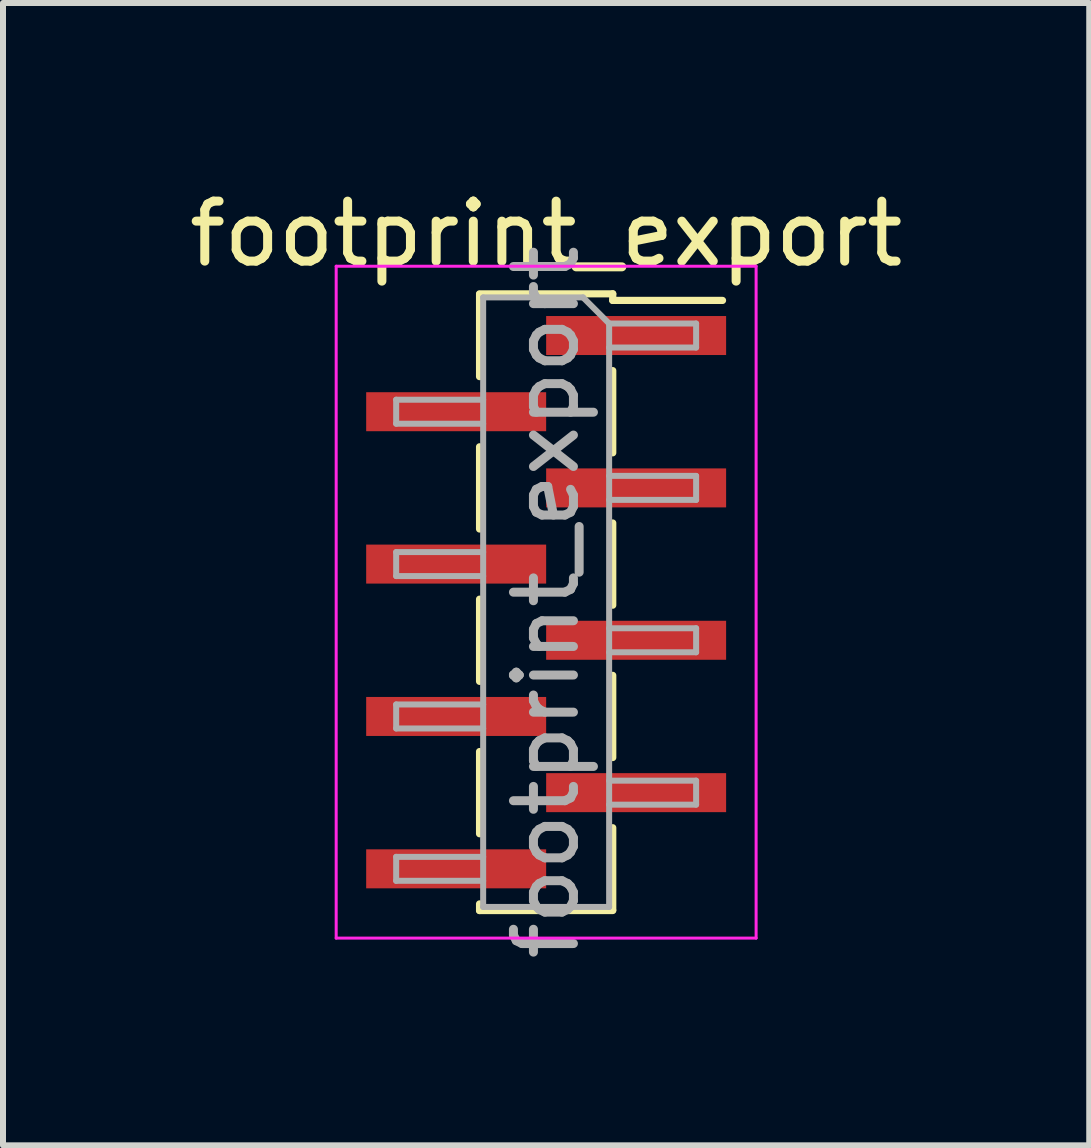
<source format=kicad_pcb>
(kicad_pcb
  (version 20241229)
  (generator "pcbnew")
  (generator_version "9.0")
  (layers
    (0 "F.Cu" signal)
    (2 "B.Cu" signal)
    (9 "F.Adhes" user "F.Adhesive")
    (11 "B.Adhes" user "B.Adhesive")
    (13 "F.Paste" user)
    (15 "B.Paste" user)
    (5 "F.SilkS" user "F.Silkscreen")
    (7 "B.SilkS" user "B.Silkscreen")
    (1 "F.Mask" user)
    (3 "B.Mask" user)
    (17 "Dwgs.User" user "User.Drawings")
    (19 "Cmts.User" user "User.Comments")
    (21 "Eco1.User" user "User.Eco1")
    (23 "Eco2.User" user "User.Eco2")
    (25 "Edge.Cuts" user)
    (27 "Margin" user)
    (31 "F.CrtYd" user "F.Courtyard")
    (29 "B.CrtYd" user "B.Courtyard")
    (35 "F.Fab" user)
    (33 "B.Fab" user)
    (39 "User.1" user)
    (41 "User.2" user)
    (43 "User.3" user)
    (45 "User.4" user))
  (footprint "footprint_export"
    (layer "F.Cu")
    (at 6.054 6.988)
    (property "Reference" "footprint_export" (at 0 -6.14 0) (layer "F.SilkS") (effects (font (size 1 1) (thickness 0.15))))
    (attr smd)
    (fp_line (start -1.11 -5.14) (end 1.11 -5.14) (stroke (width 0.12) (type solid)) (layer "F.SilkS"))
    (fp_line (start -1.11 -5.13) (end -1.11 -3.76) (stroke (width 0.12) (type solid)) (layer "F.SilkS"))
    (fp_line (start -1.11 -2.59) (end -1.11 -1.22) (stroke (width 0.12) (type solid)) (layer "F.SilkS"))
    (fp_line (start -1.11 -0.05) (end -1.11 1.32) (stroke (width 0.12) (type solid)) (layer "F.SilkS"))
    (fp_line (start -1.11 2.49) (end -1.11 3.86) (stroke (width 0.12) (type solid)) (layer "F.SilkS"))
    (fp_line (start -1.11 5.03) (end -1.11 5.14) (stroke (width 0.12) (type solid)) (layer "F.SilkS"))
    (fp_line (start -1.11 5.14) (end 1.11 5.14) (stroke (width 0.12) (type solid)) (layer "F.SilkS"))
    (fp_line (start 1.11 -5.14) (end 1.11 -5.03) (stroke (width 0.12) (type solid)) (layer "F.SilkS"))
    (fp_line (start 1.11 -5.03) (end 2.94 -5.03) (stroke (width 0.12) (type solid)) (layer "F.SilkS"))
    (fp_line (start 1.11 -3.86) (end 1.11 -2.49) (stroke (width 0.12) (type solid)) (layer "F.SilkS"))
    (fp_line (start 1.11 -1.32) (end 1.11 0.05) (stroke (width 0.12) (type solid)) (layer "F.SilkS"))
    (fp_line (start 1.11 1.22) (end 1.11 2.59) (stroke (width 0.12) (type solid)) (layer "F.SilkS"))
    (fp_line (start 1.11 3.76) (end 1.11 5.13) (stroke (width 0.12) (type solid)) (layer "F.SilkS"))
    (fp_line (start -3.5 -5.6) (end -3.5 5.6) (stroke (width 0.05) (type solid)) (layer "F.CrtYd"))
    (fp_line (start -3.5 5.6) (end 3.5 5.6) (stroke (width 0.05) (type solid)) (layer "F.CrtYd"))
    (fp_line (start 3.5 -5.6) (end -3.5 -5.6) (stroke (width 0.05) (type solid)) (layer "F.CrtYd"))
    (fp_line (start 3.5 5.6) (end 3.5 -5.6) (stroke (width 0.05) (type solid)) (layer "F.CrtYd"))
    (fp_line (start -2.5 -3.375) (end -2.5 -2.975) (stroke (width 0.1) (type solid)) (layer "F.Fab"))
    (fp_line (start -2.5 -2.975) (end -1.05 -2.975) (stroke (width 0.1) (type solid)) (layer "F.Fab"))
    (fp_line (start -2.5 -0.835) (end -2.5 -0.435) (stroke (width 0.1) (type solid)) (layer "F.Fab"))
    (fp_line (start -2.5 -0.435) (end -1.05 -0.435) (stroke (width 0.1) (type solid)) (layer "F.Fab"))
    (fp_line (start -2.5 1.705) (end -2.5 2.105) (stroke (width 0.1) (type solid)) (layer "F.Fab"))
    (fp_line (start -2.5 2.105) (end -1.05 2.105) (stroke (width 0.1) (type solid)) (layer "F.Fab"))
    (fp_line (start -2.5 4.245) (end -2.5 4.645) (stroke (width 0.1) (type solid)) (layer "F.Fab"))
    (fp_line (start -2.5 4.645) (end -1.05 4.645) (stroke (width 0.1) (type solid)) (layer "F.Fab"))
    (fp_line (start -1.05 -5.08) (end -1.05 5.08) (stroke (width 0.1) (type solid)) (layer "F.Fab"))
    (fp_line (start -1.05 -5.08) (end 0.615 -5.08) (stroke (width 0.1) (type solid)) (layer "F.Fab"))
    (fp_line (start -1.05 -3.375) (end -2.5 -3.375) (stroke (width 0.1) (type solid)) (layer "F.Fab"))
    (fp_line (start -1.05 -0.835) (end -2.5 -0.835) (stroke (width 0.1) (type solid)) (layer "F.Fab"))
    (fp_line (start -1.05 1.705) (end -2.5 1.705) (stroke (width 0.1) (type solid)) (layer "F.Fab"))
    (fp_line (start -1.05 4.245) (end -2.5 4.245) (stroke (width 0.1) (type solid)) (layer "F.Fab"))
    (fp_line (start 1.05 -4.645) (end 0.615 -5.08) (stroke (width 0.1) (type solid)) (layer "F.Fab"))
    (fp_line (start 1.05 -4.645) (end 2.5 -4.645) (stroke (width 0.1) (type solid)) (layer "F.Fab"))
    (fp_line (start 1.05 -2.105) (end 2.5 -2.105) (stroke (width 0.1) (type solid)) (layer "F.Fab"))
    (fp_line (start 1.05 0.435) (end 2.5 0.435) (stroke (width 0.1) (type solid)) (layer "F.Fab"))
    (fp_line (start 1.05 2.975) (end 2.5 2.975) (stroke (width 0.1) (type solid)) (layer "F.Fab"))
    (fp_line (start 1.05 5.08) (end -1.05 5.08) (stroke (width 0.1) (type solid)) (layer "F.Fab"))
    (fp_line (start 1.05 5.08) (end 1.05 -4.645) (stroke (width 0.1) (type solid)) (layer "F.Fab"))
    (fp_line (start 2.5 -4.645) (end 2.5 -4.245) (stroke (width 0.1) (type solid)) (layer "F.Fab"))
    (fp_line (start 2.5 -4.245) (end 1.05 -4.245) (stroke (width 0.1) (type solid)) (layer "F.Fab"))
    (fp_line (start 2.5 -2.105) (end 2.5 -1.705) (stroke (width 0.1) (type solid)) (layer "F.Fab"))
    (fp_line (start 2.5 -1.705) (end 1.05 -1.705) (stroke (width 0.1) (type solid)) (layer "F.Fab"))
    (fp_line (start 2.5 0.435) (end 2.5 0.835) (stroke (width 0.1) (type solid)) (layer "F.Fab"))
    (fp_line (start 2.5 0.835) (end 1.05 0.835) (stroke (width 0.1) (type solid)) (layer "F.Fab"))
    (fp_line (start 2.5 2.975) (end 2.5 3.375) (stroke (width 0.1) (type solid)) (layer "F.Fab"))
    (fp_line (start 2.5 3.375) (end 1.05 3.375) (stroke (width 0.1) (type solid)) (layer "F.Fab"))
    (fp_text user "${REFERENCE}" (at 0 0 90) (layer "F.Fab") (effects (font (size 1 1) (thickness 0.15))))
    (pad "1" smd rect (at 1.5 -4.445) (size 3 0.65) (layers "F.Cu" "F.Mask" "F.Paste"))
    (pad "2" smd rect (at -1.5 -3.175) (size 3 0.65) (layers "F.Cu" "F.Mask" "F.Paste"))
    (pad "3" smd rect (at 1.5 -1.905) (size 3 0.65) (layers "F.Cu" "F.Mask" "F.Paste"))
    (pad "4" smd rect (at -1.5 -0.635) (size 3 0.65) (layers "F.Cu" "F.Mask" "F.Paste"))
    (pad "5" smd rect (at 1.5 0.635) (size 3 0.65) (layers "F.Cu" "F.Mask" "F.Paste"))
    (pad "6" smd rect (at -1.5 1.905) (size 3 0.65) (layers "F.Cu" "F.Mask" "F.Paste"))
    (pad "7" smd rect (at 1.5 3.175) (size 3 0.65) (layers "F.Cu" "F.Mask" "F.Paste"))
    (pad "8" smd rect (at -1.5 4.445) (size 3 0.65) (layers "F.Cu" "F.Mask" "F.Paste")))
  (gr_rect
    (start -3 -3)
    (end 15.107 16.042)
    (stroke (width 0.1) (type default))
    (fill no)
    (layer "Edge.Cuts")))
</source>
